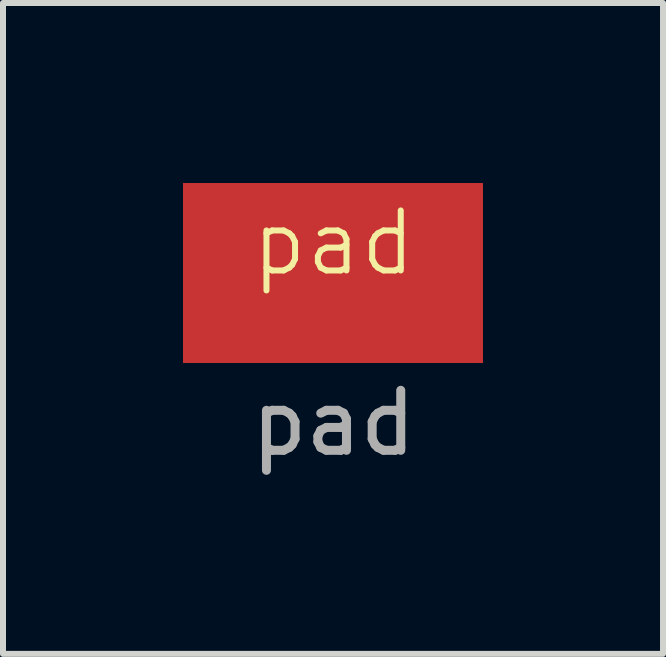
<source format=kicad_pcb>
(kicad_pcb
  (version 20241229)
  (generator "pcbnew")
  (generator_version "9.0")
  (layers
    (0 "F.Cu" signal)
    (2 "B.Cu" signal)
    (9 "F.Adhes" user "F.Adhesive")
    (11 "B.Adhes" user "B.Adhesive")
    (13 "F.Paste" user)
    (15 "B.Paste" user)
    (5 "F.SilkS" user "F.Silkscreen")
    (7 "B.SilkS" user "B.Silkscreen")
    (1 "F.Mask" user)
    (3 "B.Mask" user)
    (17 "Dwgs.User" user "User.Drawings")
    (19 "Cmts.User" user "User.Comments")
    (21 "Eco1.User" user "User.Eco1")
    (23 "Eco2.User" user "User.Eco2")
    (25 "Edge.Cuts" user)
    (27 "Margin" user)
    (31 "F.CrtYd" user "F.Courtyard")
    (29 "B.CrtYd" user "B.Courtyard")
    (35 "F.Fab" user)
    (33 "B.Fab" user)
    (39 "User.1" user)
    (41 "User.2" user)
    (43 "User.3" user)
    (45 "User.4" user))
  (footprint "pad"
    (layer "F.Cu")
    (at 2.51 1.5)
    (property "Reference" "pad" (at 0 -0.5 0) (unlocked yes) (layer "F.SilkS") (effects (font (size 1 1) (thickness 0.1))))
    (attr smd)
    (fp_text user "${REFERENCE}" (at 0 2.5 0) (unlocked yes) (layer "F.Fab") (effects (font (size 1 1) (thickness 0.15))))
    (pad "1" smd rect (at -0.01 0) (size 5 3) (layers "F.Cu" "F.Mask" "F.Paste")))
  (gr_rect
    (start -3 -3)
    (end 8 7.848)
    (stroke (width 0.1) (type default))
    (fill no)
    (layer "Edge.Cuts")))
</source>
